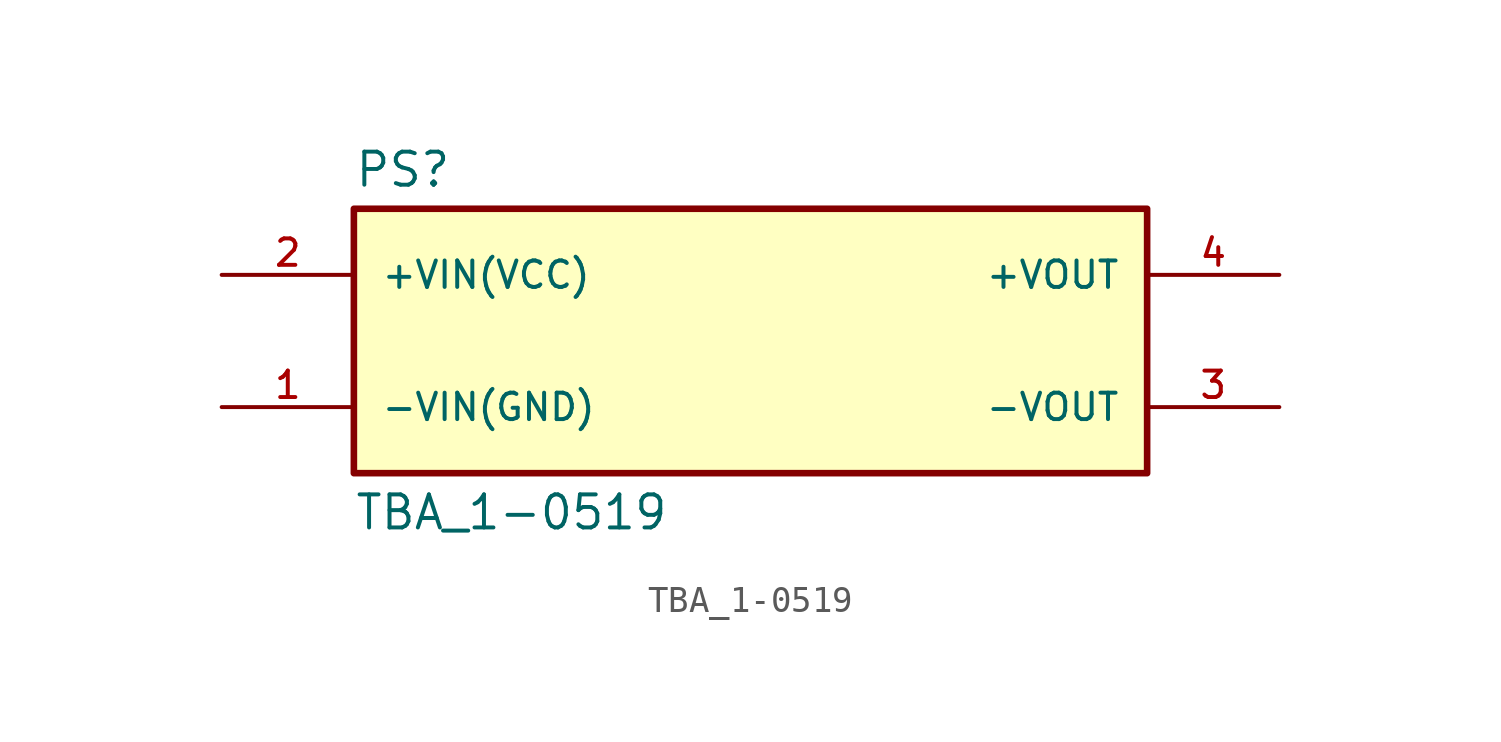
<source format=kicad_sym>
(kicad_symbol_lib
  (version 20220914)
  (generator kicad_symbol_editor)
  (symbol "TBA_1-0519"
    (pin_names
      (offset 1.016))
    (property "Reference" "PS"
      (at -15.24 5.842 0)
      (effects (font (size 1.27 1.27)) (justify left bottom)))
    (property "Value" "TBA_1-0519"
      (at -15.24 -5.842 0)
      (effects (font (size 1.27 1.27)) (justify left top)))
    (symbol "TBA_1-0519_0_0"
      (rectangle (start -15.24 -5.08) (end 15.24 5.08) (stroke (width 0.254) (type default)) (fill (type background)))
      (pin input line (at -20.32 -2.54 0) (length 5.08) (name "-VIN(GND)" (effects (font (size 1.016 1.016)))) (number "1" (effects (font (size 1.016 1.016)))))
      (pin input line (at -20.32 2.54 0) (length 5.08) (name "+VIN(VCC)" (effects (font (size 1.016 1.016)))) (number "2" (effects (font (size 1.016 1.016)))))
      (pin output line (at 20.32 -2.54 180) (length 5.08) (name "-VOUT" (effects (font (size 1.016 1.016)))) (number "3" (effects (font (size 1.016 1.016)))))
      (pin output line (at 20.32 2.54 180) (length 5.08) (name "+VOUT" (effects (font (size 1.016 1.016)))) (number "4" (effects (font (size 1.016 1.016))))))))
</source>
